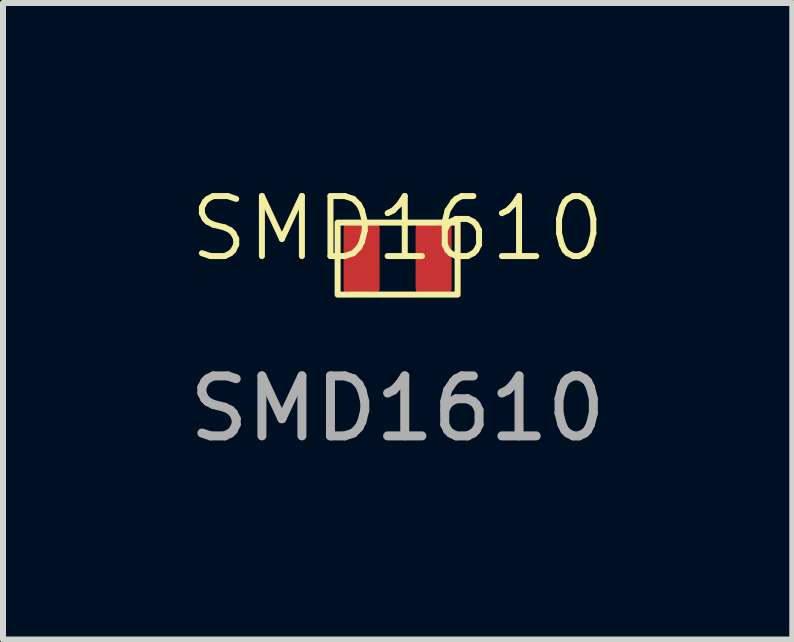
<source format=kicad_pcb>
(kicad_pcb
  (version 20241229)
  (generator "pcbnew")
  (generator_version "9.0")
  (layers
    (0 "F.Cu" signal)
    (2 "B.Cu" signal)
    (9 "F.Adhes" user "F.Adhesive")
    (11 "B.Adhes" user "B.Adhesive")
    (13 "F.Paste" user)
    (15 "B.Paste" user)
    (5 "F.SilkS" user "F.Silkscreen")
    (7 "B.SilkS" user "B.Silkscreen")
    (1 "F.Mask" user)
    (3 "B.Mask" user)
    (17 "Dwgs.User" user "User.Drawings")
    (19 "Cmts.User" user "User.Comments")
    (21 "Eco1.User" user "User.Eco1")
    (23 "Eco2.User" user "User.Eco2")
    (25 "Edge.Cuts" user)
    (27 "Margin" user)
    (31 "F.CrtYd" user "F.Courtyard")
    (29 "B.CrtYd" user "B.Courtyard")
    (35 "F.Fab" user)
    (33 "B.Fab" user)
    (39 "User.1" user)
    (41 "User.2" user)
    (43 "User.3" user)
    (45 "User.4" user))
  (footprint "SMD1610"
    (layer "F.Cu")
    (at 3.577 1.26)
    (property "Reference" "SMD1610" (at 0 -0.5 0) (unlocked yes) (layer "F.SilkS") (effects (font (size 1 1) (thickness 0.1))))
    (attr smd)
    (fp_rect (start -1 -0.6) (end 1 0.6) (stroke (width 0.1) (type solid)) (fill no) (layer "F.SilkS"))
    (fp_rect (start -1.2 -0.8) (end 1.2 0.8) (stroke (width 0.1) (type solid)) (fill no) (layer "Margin"))
    (fp_text user "${REFERENCE}" (at 0 2.5 0) (unlocked yes) (layer "F.Fab") (effects (font (size 1 1) (thickness 0.15))))
    (pad "1" smd roundrect (at -0.6 0) (size 0.6 1.2) (layers "F.Cu" "F.Mask" "F.Paste") (roundrect_rratio 0.15))
    (pad "1" smd roundrect (at 0.6 0) (size 0.6 1.2) (layers "F.Cu" "F.Mask" "F.Paste") (roundrect_rratio 0.15)))
  (gr_rect
    (start -3 -3)
    (end 10.155 7.609)
    (stroke (width 0.1) (type default))
    (fill no)
    (layer "Edge.Cuts")))
</source>
